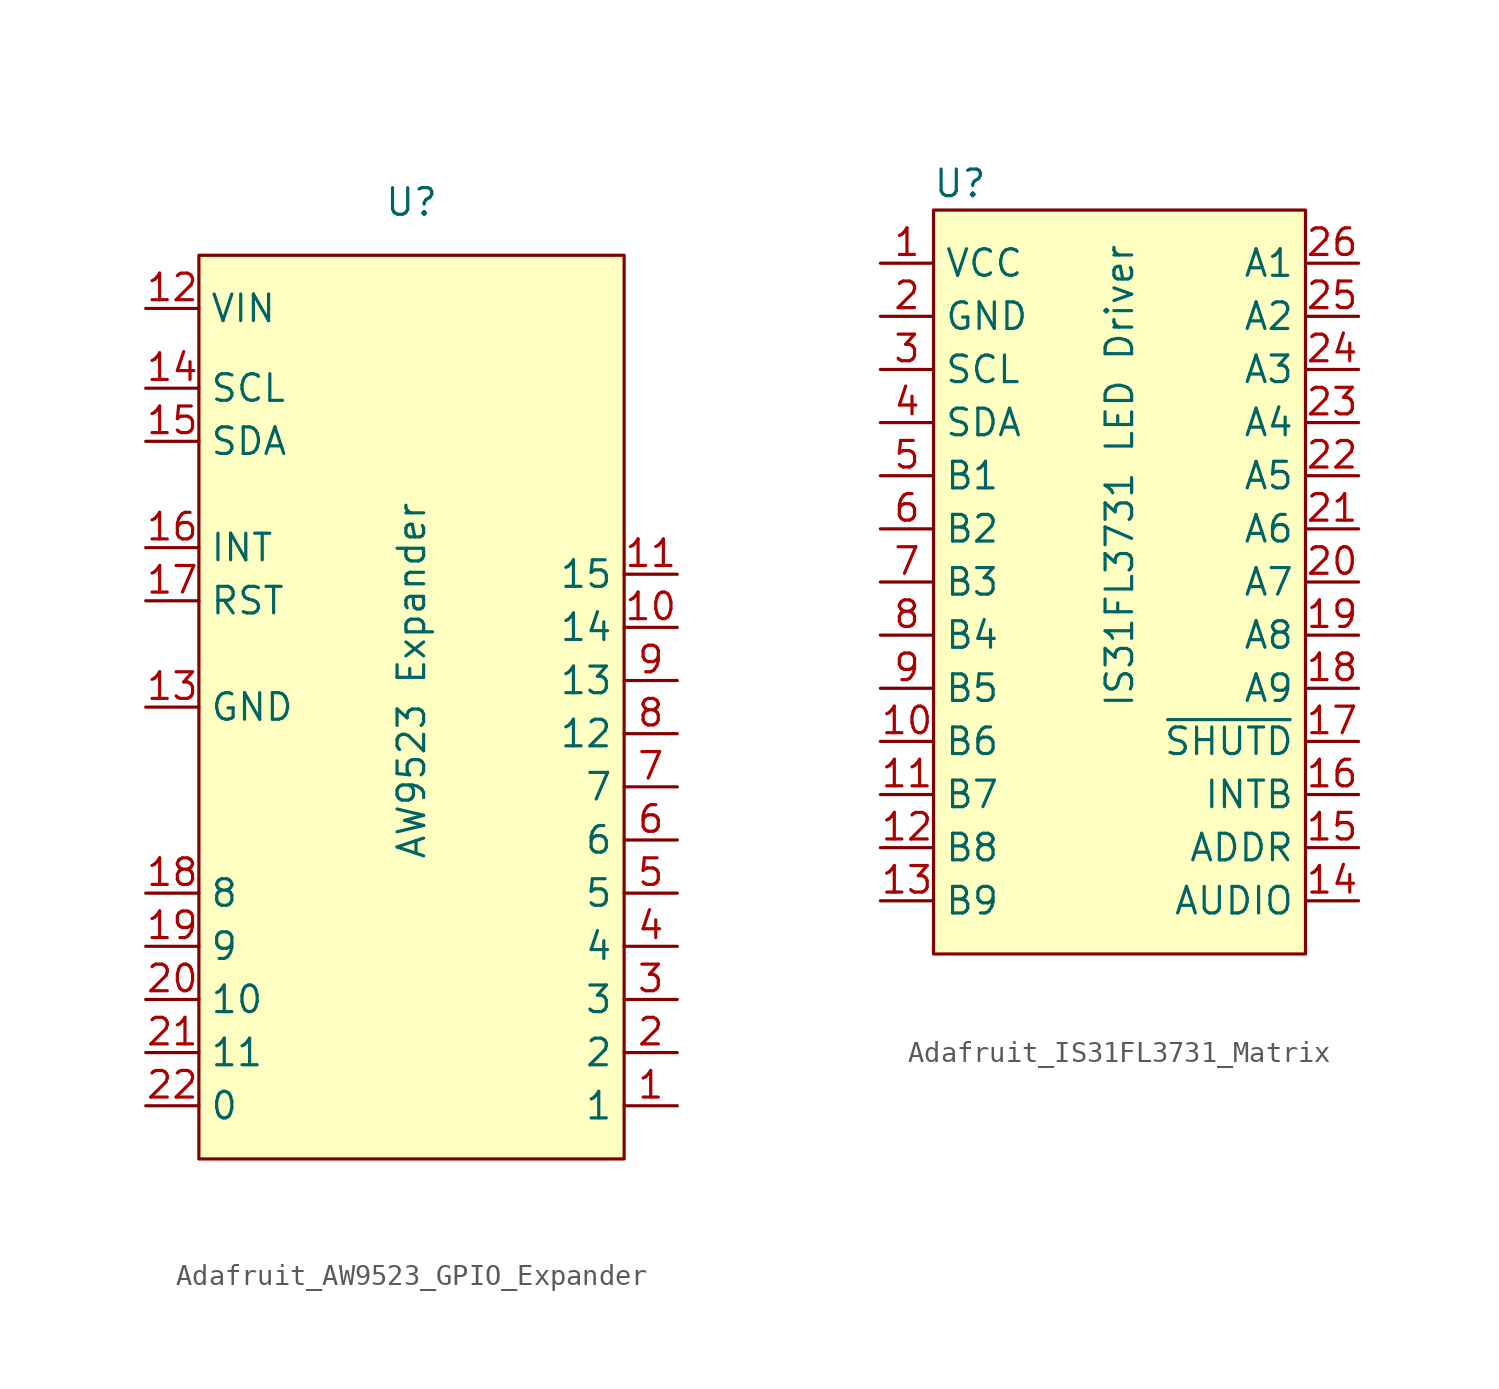
<source format=kicad_sym>
(kicad_symbol_lib
  (version 20220914)
  (generator kicad_symbol_editor)
  (symbol "Adafruit_AW9523_GPIO_Expander"
    (property "Reference" "U"
      (at 0 16.51 0)
      (effects (font (size 1.27 1.27))))
    (property "Value" "AW9523 Expander"
      (at 0 -6.35 90)
      (effects (font (size 1.27 1.27))))
    (symbol "Adafruit_AW9523_GPIO_Expander_1_1"
      (rectangle (start -10.16 13.97) (end 10.16 -29.21) (stroke (width 0) (type default)) (fill (type background)))
      (pin input line (at 12.7 -26.67 180) (length 2.54) (name "1" (effects (font (size 1.27 1.27)))) (number "1" (effects (font (size 1.27 1.27)))))
      (pin input line (at 12.7 -3.81 180) (length 2.54) (name "14" (effects (font (size 1.27 1.27)))) (number "10" (effects (font (size 1.27 1.27)))))
      (pin input line (at 12.7 -1.27 180) (length 2.54) (name "15" (effects (font (size 1.27 1.27)))) (number "11" (effects (font (size 1.27 1.27)))))
      (pin input line (at -12.7 11.43 0) (length 2.54) (name "VIN" (effects (font (size 1.27 1.27)))) (number "12" (effects (font (size 1.27 1.27)))))
      (pin input line (at -12.7 -7.62 0) (length 2.54) (name "GND" (effects (font (size 1.27 1.27)))) (number "13" (effects (font (size 1.27 1.27)))))
      (pin input line (at -12.7 7.62 0) (length 2.54) (name "SCL" (effects (font (size 1.27 1.27)))) (number "14" (effects (font (size 1.27 1.27)))))
      (pin input line (at -12.7 5.08 0) (length 2.54) (name "SDA" (effects (font (size 1.27 1.27)))) (number "15" (effects (font (size 1.27 1.27)))))
      (pin input line (at -12.7 0 0) (length 2.54) (name "INT" (effects (font (size 1.27 1.27)))) (number "16" (effects (font (size 1.27 1.27)))))
      (pin input line (at -12.7 -2.54 0) (length 2.54) (name "RST" (effects (font (size 1.27 1.27)))) (number "17" (effects (font (size 1.27 1.27)))))
      (pin input line (at -12.7 -16.51 0) (length 2.54) (name "8" (effects (font (size 1.27 1.27)))) (number "18" (effects (font (size 1.27 1.27)))))
      (pin input line (at -12.7 -19.05 0) (length 2.54) (name "9" (effects (font (size 1.27 1.27)))) (number "19" (effects (font (size 1.27 1.27)))))
      (pin input line (at 12.7 -24.13 180) (length 2.54) (name "2" (effects (font (size 1.27 1.27)))) (number "2" (effects (font (size 1.27 1.27)))))
      (pin input line (at -12.7 -21.59 0) (length 2.54) (name "10" (effects (font (size 1.27 1.27)))) (number "20" (effects (font (size 1.27 1.27)))))
      (pin input line (at -12.7 -24.13 0) (length 2.54) (name "11" (effects (font (size 1.27 1.27)))) (number "21" (effects (font (size 1.27 1.27)))))
      (pin input line (at -12.7 -26.67 0) (length 2.54) (name "0" (effects (font (size 1.27 1.27)))) (number "22" (effects (font (size 1.27 1.27)))))
      (pin input line (at 12.7 -21.59 180) (length 2.54) (name "3" (effects (font (size 1.27 1.27)))) (number "3" (effects (font (size 1.27 1.27)))))
      (pin input line (at 12.7 -19.05 180) (length 2.54) (name "4" (effects (font (size 1.27 1.27)))) (number "4" (effects (font (size 1.27 1.27)))))
      (pin input line (at 12.7 -16.51 180) (length 2.54) (name "5" (effects (font (size 1.27 1.27)))) (number "5" (effects (font (size 1.27 1.27)))))
      (pin input line (at 12.7 -13.97 180) (length 2.54) (name "6" (effects (font (size 1.27 1.27)))) (number "6" (effects (font (size 1.27 1.27)))))
      (pin input line (at 12.7 -11.43 180) (length 2.54) (name "7" (effects (font (size 1.27 1.27)))) (number "7" (effects (font (size 1.27 1.27)))))
      (pin input line (at 12.7 -8.89 180) (length 2.54) (name "12" (effects (font (size 1.27 1.27)))) (number "8" (effects (font (size 1.27 1.27)))))
      (pin input line (at 12.7 -6.35 180) (length 2.54) (name "13" (effects (font (size 1.27 1.27)))) (number "9" (effects (font (size 1.27 1.27)))))))
  (symbol "Adafruit_IS31FL3731_Matrix"
    (property "Reference" "U"
      (at -7.62 17.78 0)
      (effects (font (size 1.27 1.27))))
    (property "Value" "IS31FL3731 LED Driver"
      (at 0 3.81 90)
      (effects (font (size 1.27 1.27))))
    (symbol "Adafruit_IS31FL3731_Matrix_1_1"
      (rectangle (start -8.89 16.51) (end 8.89 -19.05) (stroke (width 0) (type default)) (fill (type background)))
      (pin input line (at -11.43 13.97 0) (length 2.54) (name "VCC" (effects (font (size 1.27 1.27)))) (number "1" (effects (font (size 1.27 1.27)))))
      (pin input line (at -11.43 -8.89 0) (length 2.54) (name "B6" (effects (font (size 1.27 1.27)))) (number "10" (effects (font (size 1.27 1.27)))))
      (pin input line (at -11.43 -11.43 0) (length 2.54) (name "B7" (effects (font (size 1.27 1.27)))) (number "11" (effects (font (size 1.27 1.27)))))
      (pin input line (at -11.43 -13.97 0) (length 2.54) (name "B8" (effects (font (size 1.27 1.27)))) (number "12" (effects (font (size 1.27 1.27)))))
      (pin input line (at -11.43 -16.51 0) (length 2.54) (name "B9" (effects (font (size 1.27 1.27)))) (number "13" (effects (font (size 1.27 1.27)))))
      (pin input line (at 11.43 -16.51 180) (length 2.54) (name "AUDIO" (effects (font (size 1.27 1.27)))) (number "14" (effects (font (size 1.27 1.27)))))
      (pin input line (at 11.43 -13.97 180) (length 2.54) (name "ADDR" (effects (font (size 1.27 1.27)))) (number "15" (effects (font (size 1.27 1.27)))))
      (pin input line (at 11.43 -11.43 180) (length 2.54) (name "INTB" (effects (font (size 1.27 1.27)))) (number "16" (effects (font (size 1.27 1.27)))))
      (pin input line (at 11.43 -8.89 180) (length 2.54) (name "~{SHUTD}" (effects (font (size 1.27 1.27)))) (number "17" (effects (font (size 1.27 1.27)))))
      (pin input line (at 11.43 -6.35 180) (length 2.54) (name "A9" (effects (font (size 1.27 1.27)))) (number "18" (effects (font (size 1.27 1.27)))))
      (pin input line (at 11.43 -3.81 180) (length 2.54) (name "A8" (effects (font (size 1.27 1.27)))) (number "19" (effects (font (size 1.27 1.27)))))
      (pin input line (at -11.43 11.43 0) (length 2.54) (name "GND" (effects (font (size 1.27 1.27)))) (number "2" (effects (font (size 1.27 1.27)))))
      (pin input line (at 11.43 -1.27 180) (length 2.54) (name "A7" (effects (font (size 1.27 1.27)))) (number "20" (effects (font (size 1.27 1.27)))))
      (pin input line (at 11.43 1.27 180) (length 2.54) (name "A6" (effects (font (size 1.27 1.27)))) (number "21" (effects (font (size 1.27 1.27)))))
      (pin input line (at 11.43 3.81 180) (length 2.54) (name "A5" (effects (font (size 1.27 1.27)))) (number "22" (effects (font (size 1.27 1.27)))))
      (pin input line (at 11.43 6.35 180) (length 2.54) (name "A4" (effects (font (size 1.27 1.27)))) (number "23" (effects (font (size 1.27 1.27)))))
      (pin input line (at 11.43 8.89 180) (length 2.54) (name "A3" (effects (font (size 1.27 1.27)))) (number "24" (effects (font (size 1.27 1.27)))))
      (pin input line (at 11.43 11.43 180) (length 2.54) (name "A2" (effects (font (size 1.27 1.27)))) (number "25" (effects (font (size 1.27 1.27)))))
      (pin input line (at 11.43 13.97 180) (length 2.54) (name "A1" (effects (font (size 1.27 1.27)))) (number "26" (effects (font (size 1.27 1.27)))))
      (pin input line (at -11.43 8.89 0) (length 2.54) (name "SCL" (effects (font (size 1.27 1.27)))) (number "3" (effects (font (size 1.27 1.27)))))
      (pin input line (at -11.43 6.35 0) (length 2.54) (name "SDA" (effects (font (size 1.27 1.27)))) (number "4" (effects (font (size 1.27 1.27)))))
      (pin input line (at -11.43 3.81 0) (length 2.54) (name "B1" (effects (font (size 1.27 1.27)))) (number "5" (effects (font (size 1.27 1.27)))))
      (pin input line (at -11.43 1.27 0) (length 2.54) (name "B2" (effects (font (size 1.27 1.27)))) (number "6" (effects (font (size 1.27 1.27)))))
      (pin input line (at -11.43 -1.27 0) (length 2.54) (name "B3" (effects (font (size 1.27 1.27)))) (number "7" (effects (font (size 1.27 1.27)))))
      (pin input line (at -11.43 -3.81 0) (length 2.54) (name "B4" (effects (font (size 1.27 1.27)))) (number "8" (effects (font (size 1.27 1.27)))))
      (pin input line (at -11.43 -6.35 0) (length 2.54) (name "B5" (effects (font (size 1.27 1.27)))) (number "9" (effects (font (size 1.27 1.27))))))))
</source>
